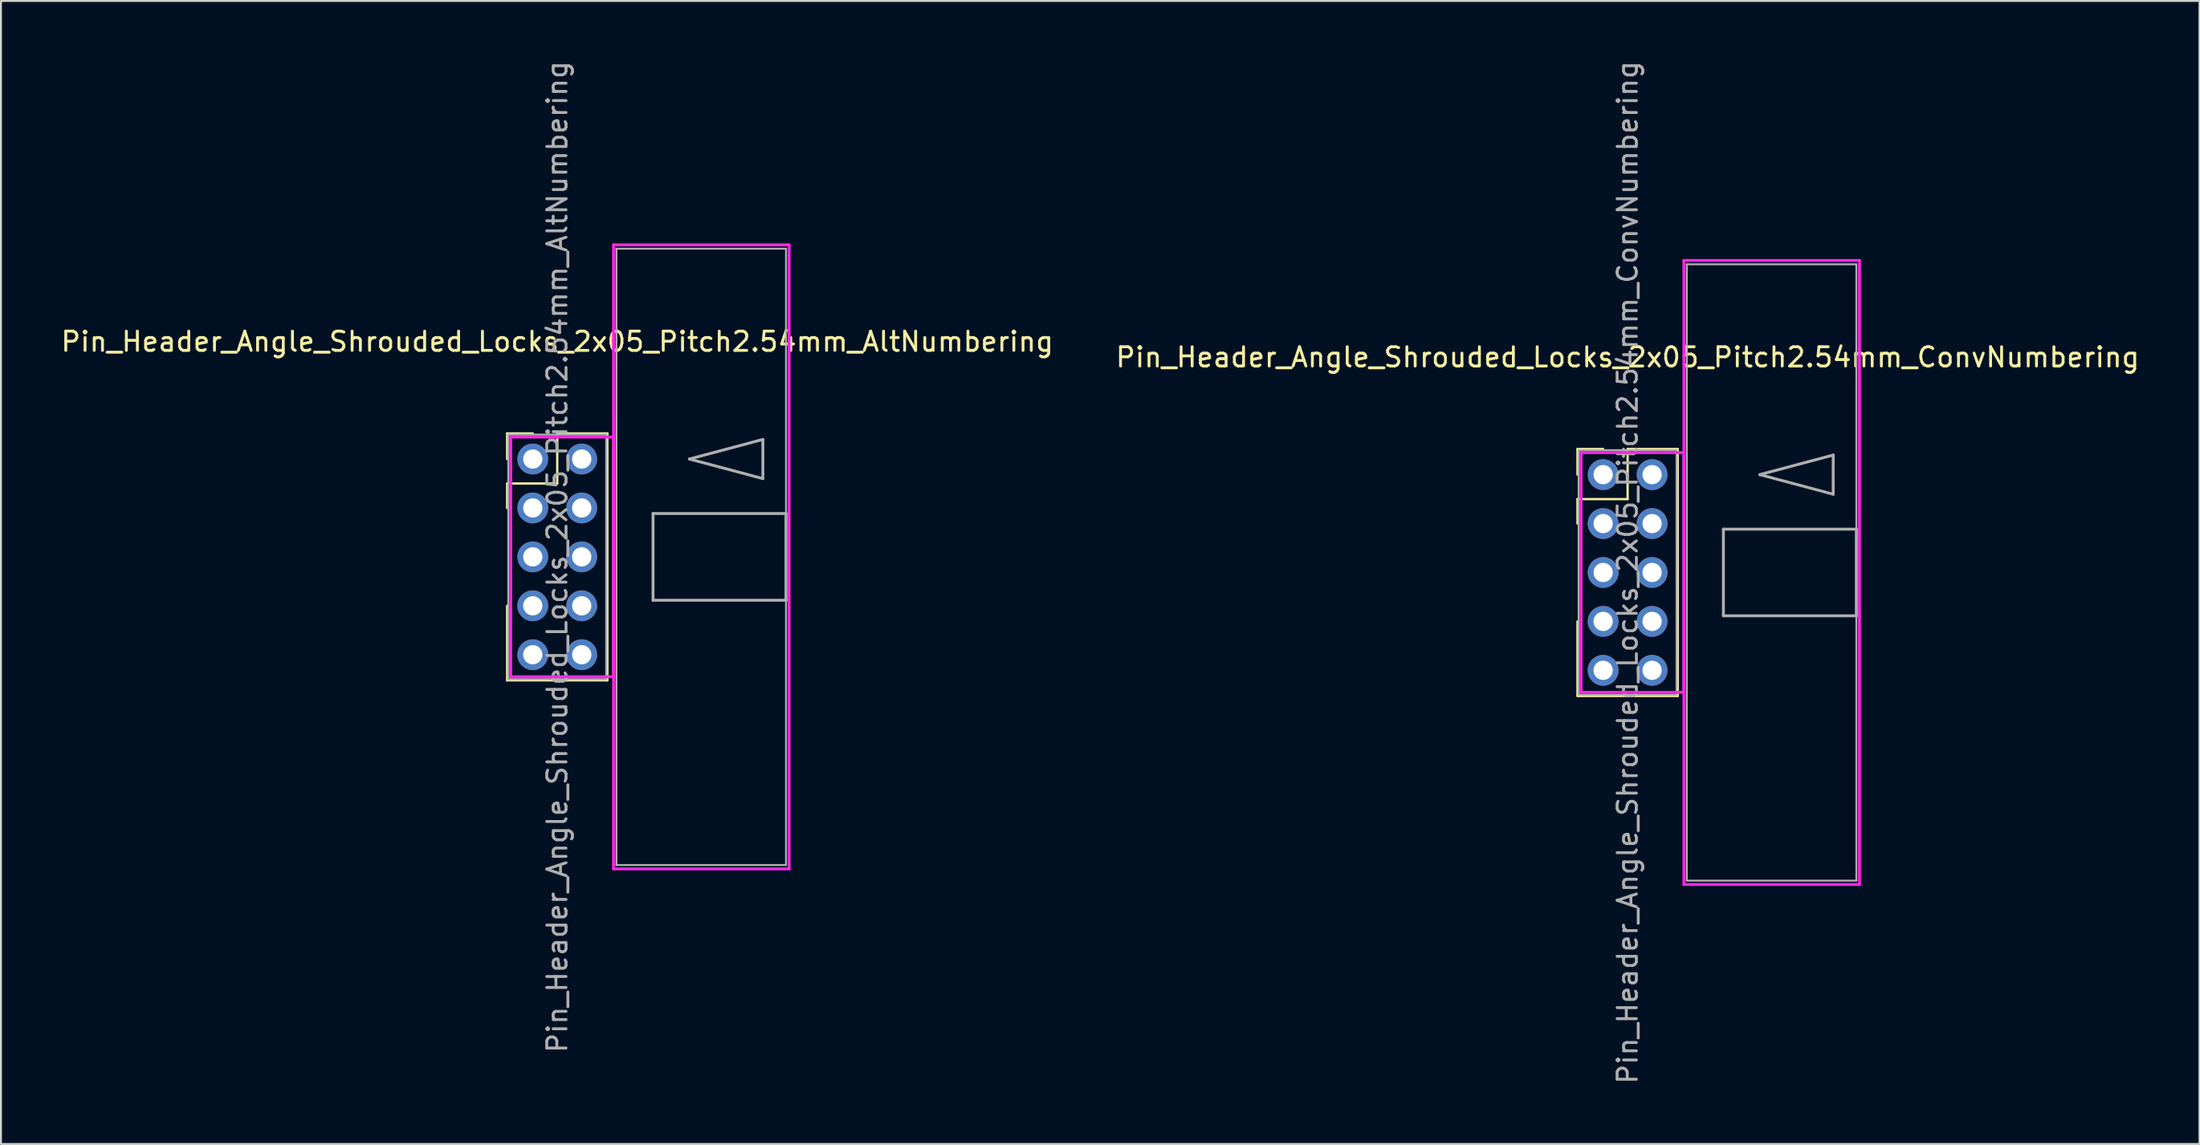
<source format=kicad_pcb>
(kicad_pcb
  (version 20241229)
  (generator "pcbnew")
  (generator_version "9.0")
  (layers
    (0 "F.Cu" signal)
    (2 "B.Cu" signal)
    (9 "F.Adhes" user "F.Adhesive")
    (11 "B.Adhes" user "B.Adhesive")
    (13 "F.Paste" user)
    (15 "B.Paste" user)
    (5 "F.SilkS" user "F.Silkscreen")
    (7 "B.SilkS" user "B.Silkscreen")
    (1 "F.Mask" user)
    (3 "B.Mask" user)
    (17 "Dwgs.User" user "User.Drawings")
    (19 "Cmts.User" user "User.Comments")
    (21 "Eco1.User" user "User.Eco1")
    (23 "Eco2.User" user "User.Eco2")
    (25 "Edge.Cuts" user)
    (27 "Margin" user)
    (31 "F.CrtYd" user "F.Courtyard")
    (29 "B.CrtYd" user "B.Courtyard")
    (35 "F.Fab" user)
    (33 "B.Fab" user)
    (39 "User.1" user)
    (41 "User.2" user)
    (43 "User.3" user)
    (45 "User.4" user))
  (footprint "Pin_Header_Angle_Shrouded_Locks_2x05_Pitch2.54mm_AltNumbering"
    (layer "F.Cu")
    (at 24.593 20.783)
    (property "Reference" "Pin_Header_Angle_Shrouded_Locks_2x05_Pitch2.54mm_AltNumbering" (at 1.27 -6.096 0) (layer "F.SilkS") (effects (font (size 1 1) (thickness 0.15))))
    (attr through_hole)
    (fp_line (start -1.33 -1.33) (end 0 -1.33) (stroke (width 0.12) (type solid)) (layer "F.SilkS"))
    (fp_line (start -1.33 0) (end -1.33 -1.33) (stroke (width 0.12) (type solid)) (layer "F.SilkS"))
    (fp_line (start -1.33 1.27) (end -1.33 2.54) (stroke (width 0.12) (type solid)) (layer "F.SilkS"))
    (fp_line (start -1.33 1.27) (end 1.27 1.27) (stroke (width 0.12) (type solid)) (layer "F.SilkS"))
    (fp_line (start -1.33 7.62) (end -1.33 11.49) (stroke (width 0.12) (type solid)) (layer "F.SilkS"))
    (fp_line (start -1.33 11.49) (end 3.87 11.49) (stroke (width 0.12) (type solid)) (layer "F.SilkS"))
    (fp_line (start 1.27 -1.33) (end 3.87 -1.33) (stroke (width 0.12) (type solid)) (layer "F.SilkS"))
    (fp_line (start 1.27 1.27) (end 1.27 -1.33) (stroke (width 0.12) (type solid)) (layer "F.SilkS"))
    (fp_line (start 3.87 -1.33) (end 3.87 11.49) (stroke (width 0.12) (type solid)) (layer "F.SilkS"))
    (fp_line (start -1.143 -1.143) (end -1.143 11.303) (stroke (width 0.15) (type solid)) (layer "F.CrtYd"))
    (fp_line (start -1.143 11.303) (end 4.19 11.303) (stroke (width 0.15) (type solid)) (layer "F.CrtYd"))
    (fp_line (start 4.19 -11.12) (end 4.19 21.28) (stroke (width 0.15) (type solid)) (layer "F.CrtYd"))
    (fp_line (start 4.19 -1.143) (end -1.143 -1.143) (stroke (width 0.15) (type solid)) (layer "F.CrtYd"))
    (fp_line (start 4.19 11.303) (end 4.19 -1.143) (stroke (width 0.15) (type solid)) (layer "F.CrtYd"))
    (fp_line (start 4.19 21.28) (end 13.3 21.28) (stroke (width 0.15) (type solid)) (layer "F.CrtYd"))
    (fp_line (start 13.3 -11.12) (end 4.19 -11.12) (stroke (width 0.15) (type solid)) (layer "F.CrtYd"))
    (fp_line (start 13.3 21.28) (end 13.3 -11.12) (stroke (width 0.15) (type solid)) (layer "F.CrtYd"))
    (fp_line (start -1.27 -1.27) (end -1.27 11.43) (stroke (width 0.1) (type solid)) (layer "F.Fab"))
    (fp_line (start -1.27 11.43) (end 3.81 11.43) (stroke (width 0.1) (type solid)) (layer "F.Fab"))
    (fp_line (start 3.81 -1.27) (end -1.27 -1.27) (stroke (width 0.1) (type solid)) (layer "F.Fab"))
    (fp_line (start 3.81 11.43) (end 3.81 -1.27) (stroke (width 0.1) (type solid)) (layer "F.Fab"))
    (fp_line (start 4.34 -10.92) (end 4.34 21.08) (stroke (width 0.1) (type solid)) (layer "F.Fab"))
    (fp_line (start 4.34 21.08) (end 13.14 21.08) (stroke (width 0.1) (type solid)) (layer "F.Fab"))
    (fp_line (start 6.24 2.83) (end 6.24 7.33) (stroke (width 0.15) (type solid)) (layer "F.Fab"))
    (fp_line (start 6.24 7.33) (end 13.14 7.33) (stroke (width 0.15) (type solid)) (layer "F.Fab"))
    (fp_line (start 8.128 0) (end 11.938 -1.016) (stroke (width 0.15) (type solid)) (layer "F.Fab"))
    (fp_line (start 11.938 -1.016) (end 11.938 1.016) (stroke (width 0.15) (type solid)) (layer "F.Fab"))
    (fp_line (start 11.938 1.016) (end 8.128 0) (stroke (width 0.15) (type solid)) (layer "F.Fab"))
    (fp_line (start 13.14 -10.92) (end 4.34 -10.92) (stroke (width 0.1) (type solid)) (layer "F.Fab"))
    (fp_line (start 13.14 2.83) (end 6.24 2.83) (stroke (width 0.15) (type solid)) (layer "F.Fab"))
    (fp_line (start 13.14 7.33) (end 13.14 2.83) (stroke (width 0.15) (type solid)) (layer "F.Fab"))
    (fp_line (start 13.14 21.08) (end 13.14 -10.92) (stroke (width 0.1) (type solid)) (layer "F.Fab"))
    (fp_text user "${REFERENCE}" (at 1.27 5.08 90) (layer "F.Fab") (effects (font (size 1 1) (thickness 0.15))))
    (pad "1" thru_hole oval (at 0 0) (size 1.6 1.6) (drill 1) (layers "*.Cu" "*.Mask"))
    (pad "2" thru_hole oval (at 0 2.54) (size 1.6 1.6) (drill 1) (layers "*.Cu" "*.Mask"))
    (pad "3" thru_hole oval (at 0 5.08) (size 1.6 1.6) (drill 1) (layers "*.Cu" "*.Mask"))
    (pad "4" thru_hole oval (at 0 7.62) (size 1.6 1.6) (drill 1) (layers "*.Cu" "*.Mask"))
    (pad "5" thru_hole oval (at 0 10.16) (size 1.6 1.6) (drill 1) (layers "*.Cu" "*.Mask"))
    (pad "6" thru_hole oval (at 2.54 0) (size 1.6 1.6) (drill 1) (layers "*.Cu" "*.Mask"))
    (pad "7" thru_hole oval (at 2.54 2.54) (size 1.6 1.6) (drill 1) (layers "*.Cu" "*.Mask"))
    (pad "8" thru_hole oval (at 2.54 5.08) (size 1.6 1.6) (drill 1) (layers "*.Cu" "*.Mask"))
    (pad "9" thru_hole oval (at 2.54 7.62) (size 1.6 1.6) (drill 1) (layers "*.Cu" "*.Mask"))
    (pad "10" thru_hole oval (at 2.54 10.16) (size 1.6 1.6) (drill 1) (layers "*.Cu" "*.Mask")))
  (footprint "Pin_Header_Angle_Shrouded_Locks_2x05_Pitch2.54mm_ConvNumbering"
    (layer "F.Cu")
    (at 80.129 21.593)
    (property "Reference" "Pin_Header_Angle_Shrouded_Locks_2x05_Pitch2.54mm_ConvNumbering" (at 1.27 -6.096 0) (layer "F.SilkS") (effects (font (size 1 1) (thickness 0.15))))
    (attr through_hole)
    (fp_line (start -1.33 -1.33) (end 0 -1.33) (stroke (width 0.12) (type solid)) (layer "F.SilkS"))
    (fp_line (start -1.33 0) (end -1.33 -1.33) (stroke (width 0.12) (type solid)) (layer "F.SilkS"))
    (fp_line (start -1.33 1.27) (end -1.33 2.54) (stroke (width 0.12) (type solid)) (layer "F.SilkS"))
    (fp_line (start -1.33 1.27) (end 1.27 1.27) (stroke (width 0.12) (type solid)) (layer "F.SilkS"))
    (fp_line (start -1.33 7.62) (end -1.33 11.49) (stroke (width 0.12) (type solid)) (layer "F.SilkS"))
    (fp_line (start -1.33 11.49) (end 3.87 11.49) (stroke (width 0.12) (type solid)) (layer "F.SilkS"))
    (fp_line (start 1.27 -1.33) (end 3.87 -1.33) (stroke (width 0.12) (type solid)) (layer "F.SilkS"))
    (fp_line (start 1.27 1.27) (end 1.27 -1.33) (stroke (width 0.12) (type solid)) (layer "F.SilkS"))
    (fp_line (start 3.87 -1.33) (end 3.87 11.49) (stroke (width 0.12) (type solid)) (layer "F.SilkS"))
    (fp_line (start -1.143 -1.143) (end -1.143 11.303) (stroke (width 0.15) (type solid)) (layer "F.CrtYd"))
    (fp_line (start -1.143 11.303) (end 4.19 11.303) (stroke (width 0.15) (type solid)) (layer "F.CrtYd"))
    (fp_line (start 4.19 -11.12) (end 4.19 21.28) (stroke (width 0.15) (type solid)) (layer "F.CrtYd"))
    (fp_line (start 4.19 -1.143) (end -1.143 -1.143) (stroke (width 0.15) (type solid)) (layer "F.CrtYd"))
    (fp_line (start 4.19 11.303) (end 4.19 -1.143) (stroke (width 0.15) (type solid)) (layer "F.CrtYd"))
    (fp_line (start 4.19 21.28) (end 13.3 21.28) (stroke (width 0.15) (type solid)) (layer "F.CrtYd"))
    (fp_line (start 13.3 -11.12) (end 4.19 -11.12) (stroke (width 0.15) (type solid)) (layer "F.CrtYd"))
    (fp_line (start 13.3 21.28) (end 13.3 -11.12) (stroke (width 0.15) (type solid)) (layer "F.CrtYd"))
    (fp_line (start -1.27 -1.27) (end -1.27 11.43) (stroke (width 0.1) (type solid)) (layer "F.Fab"))
    (fp_line (start -1.27 11.43) (end 3.81 11.43) (stroke (width 0.1) (type solid)) (layer "F.Fab"))
    (fp_line (start 3.81 -1.27) (end -1.27 -1.27) (stroke (width 0.1) (type solid)) (layer "F.Fab"))
    (fp_line (start 3.81 11.43) (end 3.81 -1.27) (stroke (width 0.1) (type solid)) (layer "F.Fab"))
    (fp_line (start 4.34 -10.92) (end 4.34 21.08) (stroke (width 0.1) (type solid)) (layer "F.Fab"))
    (fp_line (start 4.34 21.08) (end 13.14 21.08) (stroke (width 0.1) (type solid)) (layer "F.Fab"))
    (fp_line (start 6.24 2.83) (end 6.24 7.33) (stroke (width 0.15) (type solid)) (layer "F.Fab"))
    (fp_line (start 6.24 7.33) (end 13.14 7.33) (stroke (width 0.15) (type solid)) (layer "F.Fab"))
    (fp_line (start 8.128 0) (end 11.938 -1.016) (stroke (width 0.15) (type solid)) (layer "F.Fab"))
    (fp_line (start 11.938 -1.016) (end 11.938 1.016) (stroke (width 0.15) (type solid)) (layer "F.Fab"))
    (fp_line (start 11.938 1.016) (end 8.128 0) (stroke (width 0.15) (type solid)) (layer "F.Fab"))
    (fp_line (start 13.14 -10.92) (end 4.34 -10.92) (stroke (width 0.1) (type solid)) (layer "F.Fab"))
    (fp_line (start 13.14 2.83) (end 6.24 2.83) (stroke (width 0.15) (type solid)) (layer "F.Fab"))
    (fp_line (start 13.14 7.33) (end 13.14 2.83) (stroke (width 0.15) (type solid)) (layer "F.Fab"))
    (fp_line (start 13.14 21.08) (end 13.14 -10.92) (stroke (width 0.1) (type solid)) (layer "F.Fab"))
    (fp_text user "${REFERENCE}" (at 1.27 5.08 90) (layer "F.Fab") (effects (font (size 1 1) (thickness 0.15))))
    (pad "1" thru_hole oval (at 0 0) (size 1.6 1.6) (drill 1) (layers "*.Cu" "*.Mask"))
    (pad "2" thru_hole oval (at 2.54 0) (size 1.6 1.6) (drill 1) (layers "*.Cu" "*.Mask"))
    (pad "3" thru_hole oval (at 0 2.54) (size 1.6 1.6) (drill 1) (layers "*.Cu" "*.Mask"))
    (pad "4" thru_hole oval (at 2.54 2.54) (size 1.6 1.6) (drill 1) (layers "*.Cu" "*.Mask"))
    (pad "5" thru_hole oval (at 0 5.08) (size 1.6 1.6) (drill 1) (layers "*.Cu" "*.Mask"))
    (pad "6" thru_hole oval (at 2.54 5.08) (size 1.6 1.6) (drill 1) (layers "*.Cu" "*.Mask"))
    (pad "7" thru_hole oval (at 0 7.62) (size 1.6 1.6) (drill 1) (layers "*.Cu" "*.Mask"))
    (pad "8" thru_hole oval (at 2.54 7.62) (size 1.6 1.6) (drill 1) (layers "*.Cu" "*.Mask"))
    (pad "9" thru_hole oval (at 0 10.16) (size 1.6 1.6) (drill 1) (layers "*.Cu" "*.Mask"))
    (pad "10" thru_hole oval (at 2.54 10.16) (size 1.6 1.6) (drill 1) (layers "*.Cu" "*.Mask")))
  (gr_rect
    (start -3 -3)
    (end 111.071 56.345)
    (stroke (width 0.1) (type default))
    (fill no)
    (layer "Edge.Cuts")))
</source>
